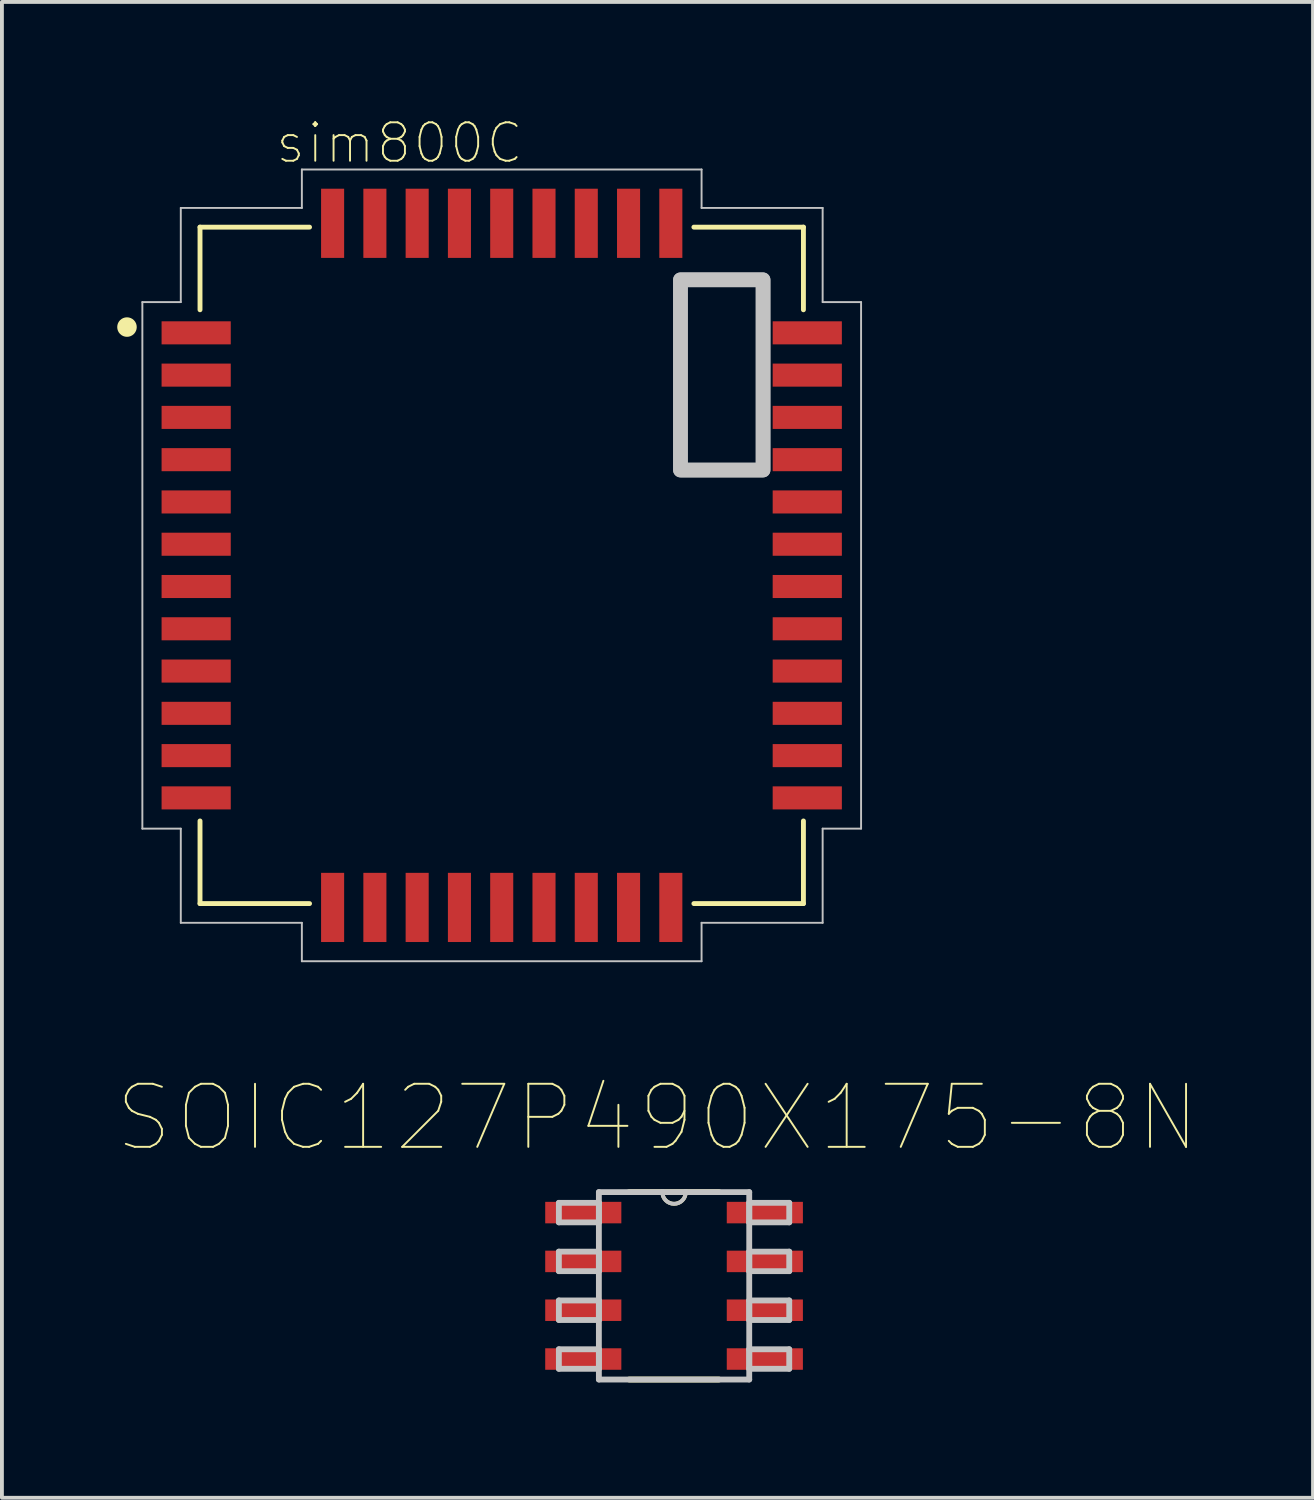
<source format=kicad_pcb>
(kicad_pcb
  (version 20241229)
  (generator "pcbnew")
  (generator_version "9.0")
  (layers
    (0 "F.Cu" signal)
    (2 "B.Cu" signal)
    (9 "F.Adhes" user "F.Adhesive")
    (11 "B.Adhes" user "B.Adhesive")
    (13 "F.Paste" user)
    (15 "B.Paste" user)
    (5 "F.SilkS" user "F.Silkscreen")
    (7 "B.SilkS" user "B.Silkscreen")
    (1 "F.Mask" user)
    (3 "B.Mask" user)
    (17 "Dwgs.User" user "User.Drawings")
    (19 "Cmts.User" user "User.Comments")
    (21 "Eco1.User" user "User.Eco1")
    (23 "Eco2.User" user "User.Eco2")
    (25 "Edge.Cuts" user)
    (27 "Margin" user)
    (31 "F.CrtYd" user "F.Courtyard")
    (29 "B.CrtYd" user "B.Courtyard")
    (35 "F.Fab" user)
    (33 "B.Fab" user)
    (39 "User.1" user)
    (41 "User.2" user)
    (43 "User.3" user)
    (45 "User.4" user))
  (footprint "sim800C"
    (layer "F.Cu")
    (at 10.004 11.66)
    (property "Reference" "sim800C" (at -2.661 -10.988 0) (layer "F.SilkS") (effects (font (size 1 1) (thickness 0.05))))
    (attr smd)
    (fp_line (start -7.85 -8.8) (end -7.85 -6.65) (stroke (width 0.127) (type solid)) (layer "F.SilkS"))
    (fp_line (start -7.85 6.65) (end -7.85 8.8) (stroke (width 0.127) (type solid)) (layer "F.SilkS"))
    (fp_line (start -7.85 8.8) (end -5 8.8) (stroke (width 0.127) (type solid)) (layer "F.SilkS"))
    (fp_line (start -5 -8.8) (end -7.85 -8.8) (stroke (width 0.127) (type solid)) (layer "F.SilkS"))
    (fp_line (start 5 8.8) (end 7.85 8.8) (stroke (width 0.127) (type solid)) (layer "F.SilkS"))
    (fp_line (start 7.85 -8.8) (end 5 -8.8) (stroke (width 0.127) (type solid)) (layer "F.SilkS"))
    (fp_line (start 7.85 -6.65) (end 7.85 -8.8) (stroke (width 0.127) (type solid)) (layer "F.SilkS"))
    (fp_line (start 7.85 8.8) (end 7.85 6.65) (stroke (width 0.127) (type solid)) (layer "F.SilkS"))
    (fp_circle (center -9.75 -6.2) (end -9.496 -6.2) (stroke (width 0) (type solid)) (fill yes) (layer "F.SilkS"))
    (fp_line (start -9.35 -6.85) (end -8.35 -6.85) (stroke (width 0.05) (type solid)) (layer "Dwgs.User"))
    (fp_line (start -9.35 6.85) (end -9.35 -6.85) (stroke (width 0.05) (type solid)) (layer "Dwgs.User"))
    (fp_line (start -8.35 -9.3) (end -5.2 -9.3) (stroke (width 0.05) (type solid)) (layer "Dwgs.User"))
    (fp_line (start -8.35 -6.85) (end -8.35 -9.3) (stroke (width 0.05) (type solid)) (layer "Dwgs.User"))
    (fp_line (start -8.35 6.85) (end -9.35 6.85) (stroke (width 0.05) (type solid)) (layer "Dwgs.User"))
    (fp_line (start -8.35 9.3) (end -8.35 6.85) (stroke (width 0.05) (type solid)) (layer "Dwgs.User"))
    (fp_line (start -5.2 -10.3) (end 5.2 -10.3) (stroke (width 0.05) (type solid)) (layer "Dwgs.User"))
    (fp_line (start -5.2 -9.3) (end -5.2 -10.3) (stroke (width 0.05) (type solid)) (layer "Dwgs.User"))
    (fp_line (start -5.2 9.3) (end -8.35 9.3) (stroke (width 0.05) (type solid)) (layer "Dwgs.User"))
    (fp_line (start -5.2 10.3) (end -5.2 9.3) (stroke (width 0.05) (type solid)) (layer "Dwgs.User"))
    (fp_line (start 5.2 -10.3) (end 5.2 -9.3) (stroke (width 0.05) (type solid)) (layer "Dwgs.User"))
    (fp_line (start 5.2 -9.3) (end 8.35 -9.3) (stroke (width 0.05) (type solid)) (layer "Dwgs.User"))
    (fp_line (start 5.2 9.3) (end 5.2 10.3) (stroke (width 0.05) (type solid)) (layer "Dwgs.User"))
    (fp_line (start 5.2 10.3) (end -5.2 10.3) (stroke (width 0.05) (type solid)) (layer "Dwgs.User"))
    (fp_line (start 8.35 -9.3) (end 8.35 -6.85) (stroke (width 0.05) (type solid)) (layer "Dwgs.User"))
    (fp_line (start 8.35 -6.85) (end 9.35 -6.85) (stroke (width 0.05) (type solid)) (layer "Dwgs.User"))
    (fp_line (start 8.35 6.85) (end 8.35 9.3) (stroke (width 0.05) (type solid)) (layer "Dwgs.User"))
    (fp_line (start 8.35 9.3) (end 5.2 9.3) (stroke (width 0.05) (type solid)) (layer "Dwgs.User"))
    (fp_line (start 9.35 -6.85) (end 9.35 6.85) (stroke (width 0.05) (type solid)) (layer "Dwgs.User"))
    (fp_line (start 9.35 6.85) (end 8.35 6.85) (stroke (width 0.05) (type solid)) (layer "Dwgs.User"))
    (fp_poly (pts (xy 4.65 -7.43) (xy 6.8 -7.43) (xy 6.8 -2.48) (xy 4.65 -2.48)) (stroke (width 0.381) (type solid)) (fill no) (layer "Dwgs.User"))
    (fp_poly (pts (xy 4.65 -7.43) (xy 6.8 -7.43) (xy 6.8 -2.48) (xy 4.65 -2.48)) (stroke (width 0.381) (type solid)) (fill no) (layer "Dwgs.User"))
    (pad "1" smd rect (at -7.95 -6.05) (size 1.8 0.6) (layers "F.Cu" "F.Mask" "F.Paste"))
    (pad "2" smd rect (at -7.95 -4.95) (size 1.8 0.6) (layers "F.Cu" "F.Mask" "F.Paste"))
    (pad "3" smd rect (at -7.95 -3.85) (size 1.8 0.6) (layers "F.Cu" "F.Mask" "F.Paste"))
    (pad "4" smd rect (at -7.95 -2.75) (size 1.8 0.6) (layers "F.Cu" "F.Mask" "F.Paste"))
    (pad "5" smd rect (at -7.95 -1.65) (size 1.8 0.6) (layers "F.Cu" "F.Mask" "F.Paste"))
    (pad "6" smd rect (at -7.95 -0.55) (size 1.8 0.6) (layers "F.Cu" "F.Mask" "F.Paste"))
    (pad "7" smd rect (at -7.95 0.55) (size 1.8 0.6) (layers "F.Cu" "F.Mask" "F.Paste"))
    (pad "8" smd rect (at -7.95 1.65) (size 1.8 0.6) (layers "F.Cu" "F.Mask" "F.Paste"))
    (pad "9" smd rect (at -7.95 2.75) (size 1.8 0.6) (layers "F.Cu" "F.Mask" "F.Paste"))
    (pad "10" smd rect (at -7.95 3.85) (size 1.8 0.6) (layers "F.Cu" "F.Mask" "F.Paste"))
    (pad "11" smd rect (at -7.95 4.95) (size 1.8 0.6) (layers "F.Cu" "F.Mask" "F.Paste"))
    (pad "12" smd rect (at -7.95 6.05) (size 1.8 0.6) (layers "F.Cu" "F.Mask" "F.Paste"))
    (pad "13" smd rect (at -4.4 8.9 90) (size 1.8 0.6) (layers "F.Cu" "F.Mask" "F.Paste"))
    (pad "14" smd rect (at -3.3 8.9 90) (size 1.8 0.6) (layers "F.Cu" "F.Mask" "F.Paste"))
    (pad "15" smd rect (at -2.2 8.9 90) (size 1.8 0.6) (layers "F.Cu" "F.Mask" "F.Paste"))
    (pad "16" smd rect (at -1.1 8.9 90) (size 1.8 0.6) (layers "F.Cu" "F.Mask" "F.Paste"))
    (pad "17" smd rect (at 0 8.9 90) (size 1.8 0.6) (layers "F.Cu" "F.Mask" "F.Paste"))
    (pad "18" smd rect (at 1.1 8.9 90) (size 1.8 0.6) (layers "F.Cu" "F.Mask" "F.Paste"))
    (pad "19" smd rect (at 2.2 8.9 90) (size 1.8 0.6) (layers "F.Cu" "F.Mask" "F.Paste"))
    (pad "20" smd rect (at 3.3 8.9 90) (size 1.8 0.6) (layers "F.Cu" "F.Mask" "F.Paste"))
    (pad "21" smd rect (at 4.4 8.9 90) (size 1.8 0.6) (layers "F.Cu" "F.Mask" "F.Paste"))
    (pad "22" smd rect (at 7.95 6.05 180) (size 1.8 0.6) (layers "F.Cu" "F.Mask" "F.Paste"))
    (pad "23" smd rect (at 7.95 4.95 180) (size 1.8 0.6) (layers "F.Cu" "F.Mask" "F.Paste"))
    (pad "24" smd rect (at 7.95 3.85 180) (size 1.8 0.6) (layers "F.Cu" "F.Mask" "F.Paste"))
    (pad "25" smd rect (at 7.95 2.75 180) (size 1.8 0.6) (layers "F.Cu" "F.Mask" "F.Paste"))
    (pad "26" smd rect (at 7.95 1.65 180) (size 1.8 0.6) (layers "F.Cu" "F.Mask" "F.Paste"))
    (pad "27" smd rect (at 7.95 0.55 180) (size 1.8 0.6) (layers "F.Cu" "F.Mask" "F.Paste"))
    (pad "28" smd rect (at 7.95 -0.55 180) (size 1.8 0.6) (layers "F.Cu" "F.Mask" "F.Paste"))
    (pad "29" smd rect (at 7.95 -1.65 180) (size 1.8 0.6) (layers "F.Cu" "F.Mask" "F.Paste"))
    (pad "30" smd rect (at 7.95 -2.75 180) (size 1.8 0.6) (layers "F.Cu" "F.Mask" "F.Paste"))
    (pad "31" smd rect (at 7.95 -3.85 180) (size 1.8 0.6) (layers "F.Cu" "F.Mask" "F.Paste"))
    (pad "32" smd rect (at 7.95 -4.95 180) (size 1.8 0.6) (layers "F.Cu" "F.Mask" "F.Paste"))
    (pad "33" smd rect (at 7.95 -6.05 180) (size 1.8 0.6) (layers "F.Cu" "F.Mask" "F.Paste"))
    (pad "34" smd rect (at 4.4 -8.9 270) (size 1.8 0.6) (layers "F.Cu" "F.Mask" "F.Paste"))
    (pad "35" smd rect (at 3.3 -8.9 270) (size 1.8 0.6) (layers "F.Cu" "F.Mask" "F.Paste"))
    (pad "36" smd rect (at 2.2 -8.9 270) (size 1.8 0.6) (layers "F.Cu" "F.Mask" "F.Paste"))
    (pad "37" smd rect (at 1.1 -8.9 270) (size 1.8 0.6) (layers "F.Cu" "F.Mask" "F.Paste"))
    (pad "38" smd rect (at 0 -8.9 270) (size 1.8 0.6) (layers "F.Cu" "F.Mask" "F.Paste"))
    (pad "39" smd rect (at -1.1 -8.9 270) (size 1.8 0.6) (layers "F.Cu" "F.Mask" "F.Paste"))
    (pad "40" smd rect (at -2.2 -8.9 270) (size 1.8 0.6) (layers "F.Cu" "F.Mask" "F.Paste"))
    (pad "41" smd rect (at -3.3 -8.9 270) (size 1.8 0.6) (layers "F.Cu" "F.Mask" "F.Paste"))
    (pad "42" smd rect (at -4.4 -8.9 270) (size 1.8 0.6) (layers "F.Cu" "F.Mask" "F.Paste")))
  (footprint "SOIC127P490X175-8N"
    (layer "F.Cu")
    (at 14.488 30.405)
    (property "Reference" "SOIC127P490X175-8N" (at -0.432 -4.372 0) (layer "F.SilkS") (effects (font (size 1.641 1.641) (thickness 0.05))))
    (attr smd)
    (fp_line (start -1.168 2.438) (end 1.168 2.438) (stroke (width 0.152) (type solid)) (layer "F.SilkS"))
    (fp_line (start -0.305 -2.438) (end -1.168 -2.438) (stroke (width 0.152) (type solid)) (layer "F.SilkS"))
    (fp_line (start 0.305 -2.438) (end -0.305 -2.438) (stroke (width 0.152) (type solid)) (layer "F.SilkS"))
    (fp_line (start 1.168 -2.438) (end 0.305 -2.438) (stroke (width 0.152) (type solid)) (layer "F.SilkS"))
    (fp_arc (start 0.3048 -2.4384) (mid 0 -2.1336) (end -0.3048 -2.4384) (stroke (width 0.1) (type solid)) (layer "F.SilkS"))
    (fp_line (start -2.997 -2.159) (end -2.997 -1.651) (stroke (width 0.152) (type solid)) (layer "Dwgs.User"))
    (fp_line (start -2.997 -1.651) (end -1.956 -1.651) (stroke (width 0.152) (type solid)) (layer "Dwgs.User"))
    (fp_line (start -2.997 -0.889) (end -2.997 -0.381) (stroke (width 0.152) (type solid)) (layer "Dwgs.User"))
    (fp_line (start -2.997 -0.381) (end -1.956 -0.381) (stroke (width 0.152) (type solid)) (layer "Dwgs.User"))
    (fp_line (start -2.997 0.381) (end -2.997 0.889) (stroke (width 0.152) (type solid)) (layer "Dwgs.User"))
    (fp_line (start -2.997 0.889) (end -1.956 0.889) (stroke (width 0.152) (type solid)) (layer "Dwgs.User"))
    (fp_line (start -2.997 1.651) (end -2.997 2.159) (stroke (width 0.152) (type solid)) (layer "Dwgs.User"))
    (fp_line (start -2.997 2.159) (end -1.956 2.159) (stroke (width 0.152) (type solid)) (layer "Dwgs.User"))
    (fp_line (start -1.956 -2.438) (end -1.956 2.438) (stroke (width 0.152) (type solid)) (layer "Dwgs.User"))
    (fp_line (start -1.956 -2.159) (end -2.997 -2.159) (stroke (width 0.152) (type solid)) (layer "Dwgs.User"))
    (fp_line (start -1.956 -1.651) (end -1.956 -2.159) (stroke (width 0.152) (type solid)) (layer "Dwgs.User"))
    (fp_line (start -1.956 -0.889) (end -2.997 -0.889) (stroke (width 0.152) (type solid)) (layer "Dwgs.User"))
    (fp_line (start -1.956 -0.381) (end -1.956 -0.889) (stroke (width 0.152) (type solid)) (layer "Dwgs.User"))
    (fp_line (start -1.956 0.381) (end -2.997 0.381) (stroke (width 0.152) (type solid)) (layer "Dwgs.User"))
    (fp_line (start -1.956 0.889) (end -1.956 0.381) (stroke (width 0.152) (type solid)) (layer "Dwgs.User"))
    (fp_line (start -1.956 1.651) (end -2.997 1.651) (stroke (width 0.152) (type solid)) (layer "Dwgs.User"))
    (fp_line (start -1.956 2.159) (end -1.956 1.651) (stroke (width 0.152) (type solid)) (layer "Dwgs.User"))
    (fp_line (start -1.956 2.438) (end 1.956 2.438) (stroke (width 0.152) (type solid)) (layer "Dwgs.User"))
    (fp_line (start -0.305 -2.438) (end -1.956 -2.438) (stroke (width 0.152) (type solid)) (layer "Dwgs.User"))
    (fp_line (start 0.305 -2.438) (end -0.305 -2.438) (stroke (width 0.152) (type solid)) (layer "Dwgs.User"))
    (fp_line (start 1.956 -2.438) (end 0.305 -2.438) (stroke (width 0.152) (type solid)) (layer "Dwgs.User"))
    (fp_line (start 1.956 -2.159) (end 1.956 -1.651) (stroke (width 0.152) (type solid)) (layer "Dwgs.User"))
    (fp_line (start 1.956 -1.651) (end 2.997 -1.651) (stroke (width 0.152) (type solid)) (layer "Dwgs.User"))
    (fp_line (start 1.956 -0.889) (end 1.956 -0.381) (stroke (width 0.152) (type solid)) (layer "Dwgs.User"))
    (fp_line (start 1.956 -0.381) (end 2.997 -0.381) (stroke (width 0.152) (type solid)) (layer "Dwgs.User"))
    (fp_line (start 1.956 0.381) (end 1.956 0.889) (stroke (width 0.152) (type solid)) (layer "Dwgs.User"))
    (fp_line (start 1.956 0.889) (end 2.997 0.889) (stroke (width 0.152) (type solid)) (layer "Dwgs.User"))
    (fp_line (start 1.956 1.651) (end 1.956 2.159) (stroke (width 0.152) (type solid)) (layer "Dwgs.User"))
    (fp_line (start 1.956 2.159) (end 2.997 2.159) (stroke (width 0.152) (type solid)) (layer "Dwgs.User"))
    (fp_line (start 1.956 2.438) (end 1.956 -2.438) (stroke (width 0.152) (type solid)) (layer "Dwgs.User"))
    (fp_line (start 2.997 -2.159) (end 1.956 -2.159) (stroke (width 0.152) (type solid)) (layer "Dwgs.User"))
    (fp_line (start 2.997 -1.651) (end 2.997 -2.159) (stroke (width 0.152) (type solid)) (layer "Dwgs.User"))
    (fp_line (start 2.997 -0.889) (end 1.956 -0.889) (stroke (width 0.152) (type solid)) (layer "Dwgs.User"))
    (fp_line (start 2.997 -0.381) (end 2.997 -0.889) (stroke (width 0.152) (type solid)) (layer "Dwgs.User"))
    (fp_line (start 2.997 0.381) (end 1.956 0.381) (stroke (width 0.152) (type solid)) (layer "Dwgs.User"))
    (fp_line (start 2.997 0.889) (end 2.997 0.381) (stroke (width 0.152) (type solid)) (layer "Dwgs.User"))
    (fp_line (start 2.997 1.651) (end 1.956 1.651) (stroke (width 0.152) (type solid)) (layer "Dwgs.User"))
    (fp_line (start 2.997 2.159) (end 2.997 1.651) (stroke (width 0.152) (type solid)) (layer "Dwgs.User"))
    (fp_arc (start 0.3048 -2.4384) (mid 0 -2.1336) (end -0.3048 -2.4384) (stroke (width 0.1) (type solid)) (layer "Dwgs.User"))
    (pad "1" smd rect (at -2.362 -1.905) (size 1.981 0.559) (layers "F.Cu" "F.Mask" "F.Paste"))
    (pad "2" smd rect (at -2.362 -0.635) (size 1.981 0.559) (layers "F.Cu" "F.Mask" "F.Paste"))
    (pad "3" smd rect (at -2.362 0.635) (size 1.981 0.559) (layers "F.Cu" "F.Mask" "F.Paste"))
    (pad "4" smd rect (at -2.362 1.905) (size 1.981 0.559) (layers "F.Cu" "F.Mask" "F.Paste"))
    (pad "5" smd rect (at 2.362 1.905) (size 1.981 0.559) (layers "F.Cu" "F.Mask" "F.Paste"))
    (pad "6" smd rect (at 2.362 0.635) (size 1.981 0.559) (layers "F.Cu" "F.Mask" "F.Paste"))
    (pad "7" smd rect (at 2.362 -0.635) (size 1.981 0.559) (layers "F.Cu" "F.Mask" "F.Paste"))
    (pad "8" smd rect (at 2.362 -1.905) (size 1.981 0.559) (layers "F.Cu" "F.Mask" "F.Paste")))
  (gr_rect
    (start -3 -3)
    (end 31.113 35.92)
    (stroke (width 0.1) (type default))
    (fill no)
    (layer "Edge.Cuts")))
</source>
